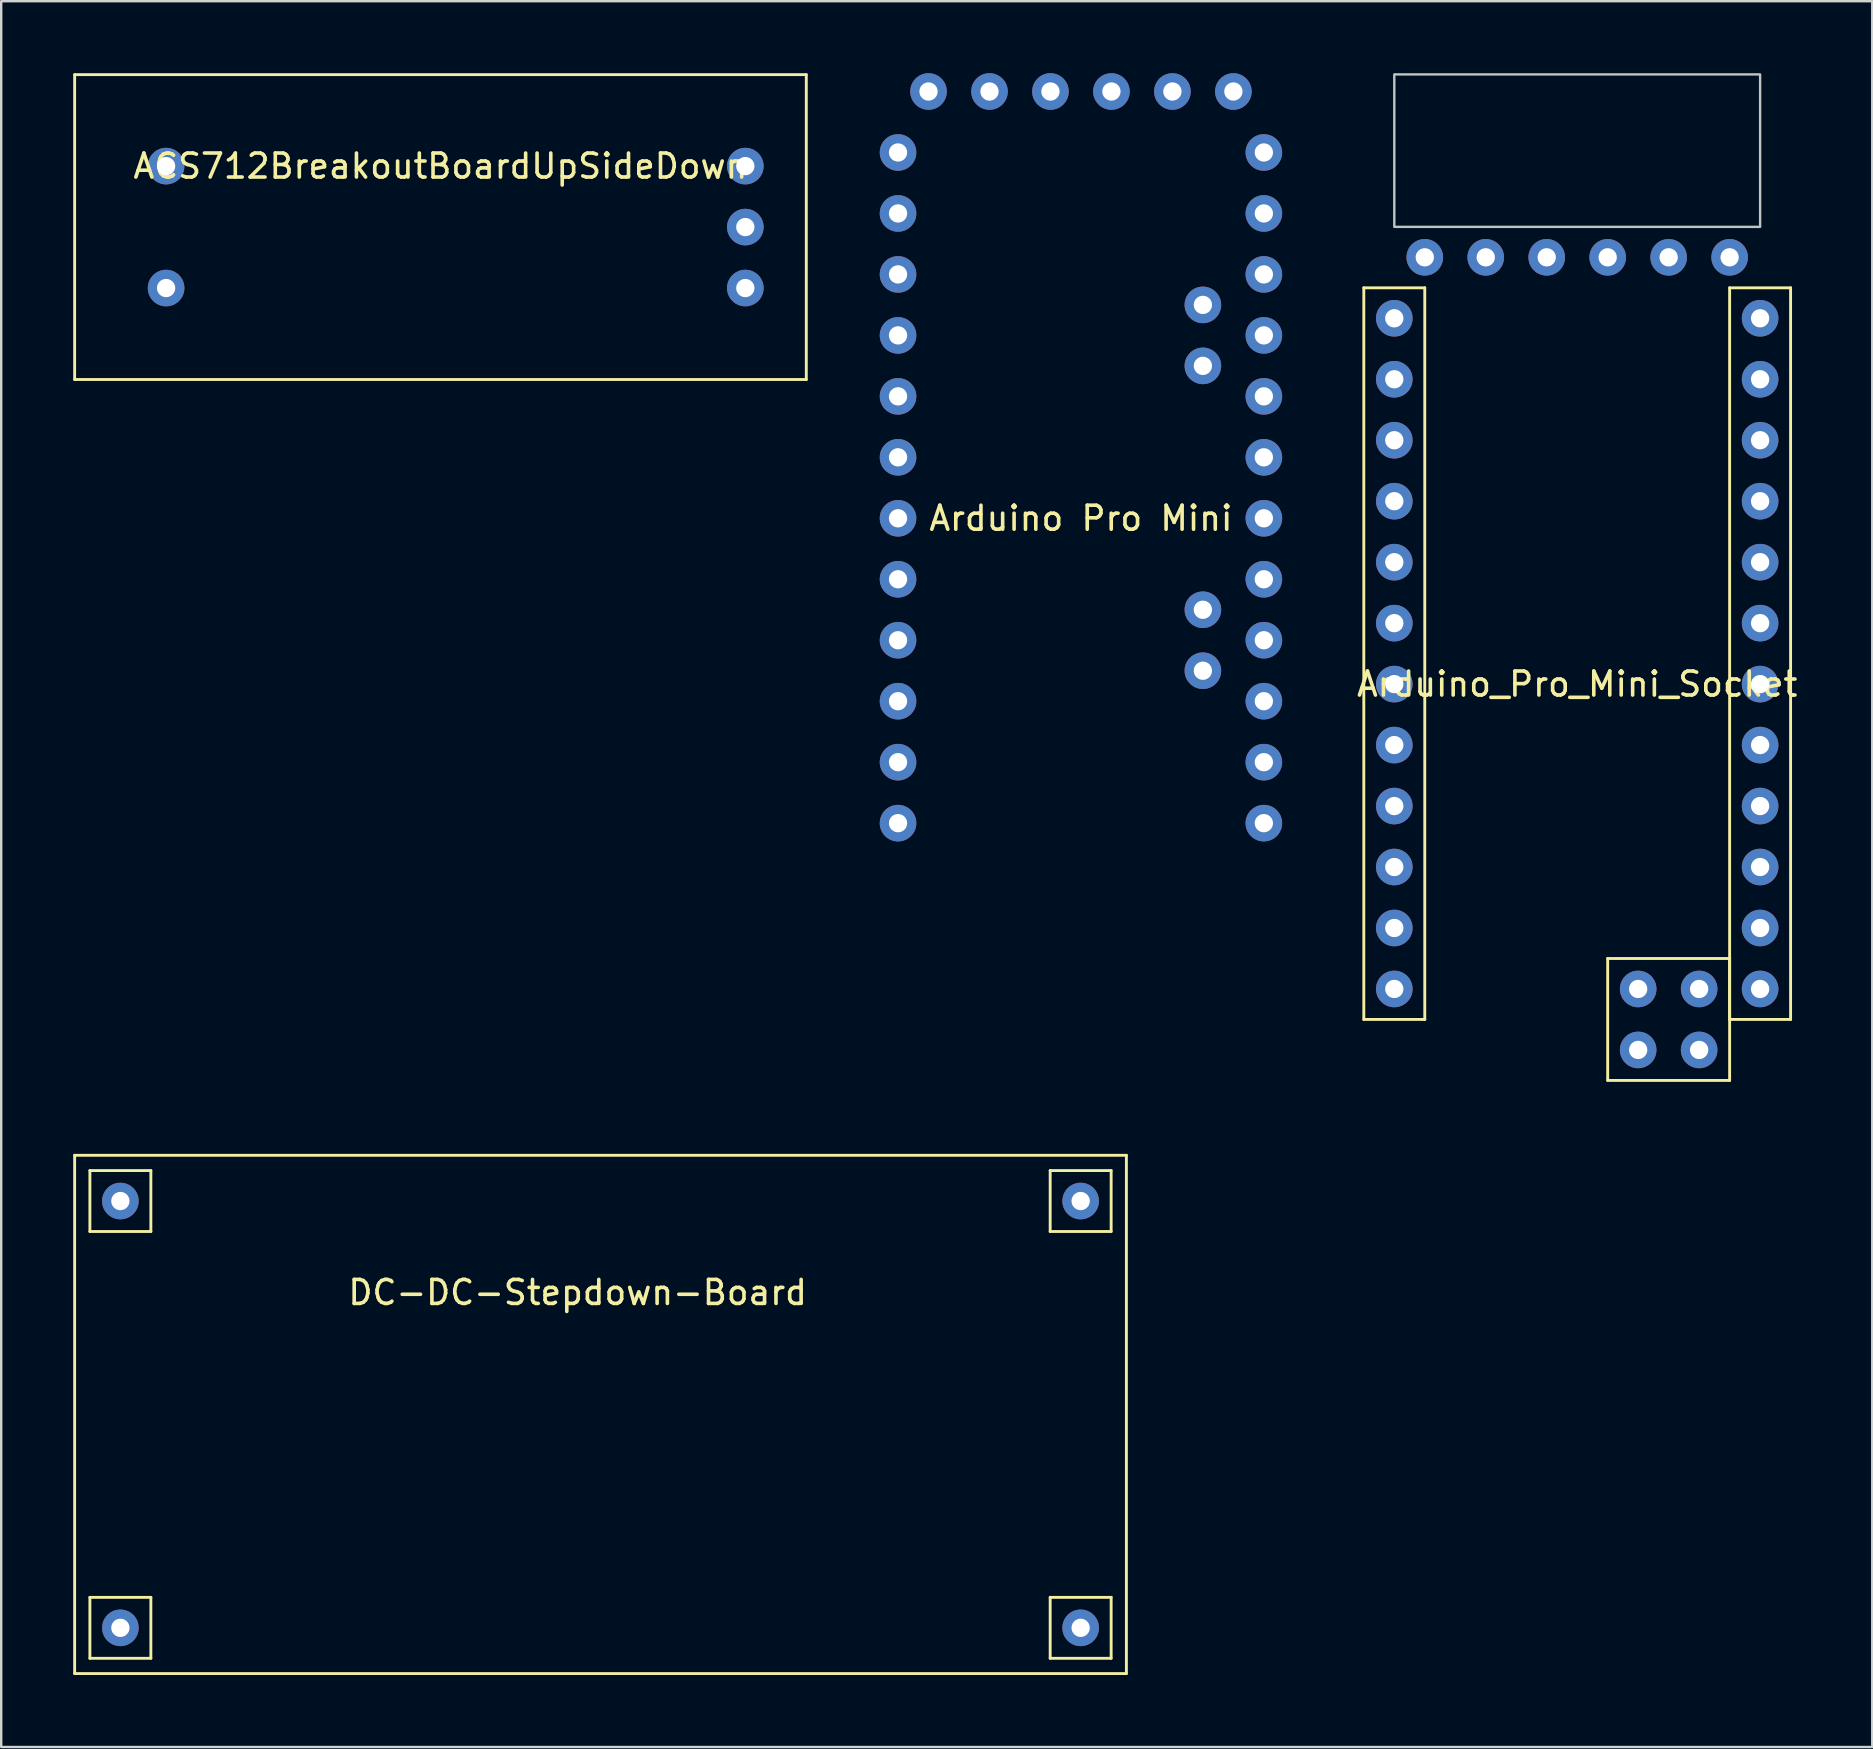
<source format=kicad_pcb>
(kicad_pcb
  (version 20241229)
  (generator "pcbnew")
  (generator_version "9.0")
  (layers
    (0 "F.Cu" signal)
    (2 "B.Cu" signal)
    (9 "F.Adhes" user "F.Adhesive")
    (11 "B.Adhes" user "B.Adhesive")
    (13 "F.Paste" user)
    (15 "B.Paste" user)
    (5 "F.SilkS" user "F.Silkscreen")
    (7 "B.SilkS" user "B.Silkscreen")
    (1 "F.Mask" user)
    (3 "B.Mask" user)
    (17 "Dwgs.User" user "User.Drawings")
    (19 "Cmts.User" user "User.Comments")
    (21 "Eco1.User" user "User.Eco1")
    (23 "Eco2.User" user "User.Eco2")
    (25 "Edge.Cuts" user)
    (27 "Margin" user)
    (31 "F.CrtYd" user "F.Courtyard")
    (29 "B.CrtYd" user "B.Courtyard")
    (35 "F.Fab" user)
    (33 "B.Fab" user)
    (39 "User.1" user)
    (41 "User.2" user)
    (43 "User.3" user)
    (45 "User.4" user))
  (footprint "DC-DC-Stepdown-Board"
    (layer "F.Cu")
    (at 21.015 55.875)
    (property "Reference" "DC-DC-Stepdown-Board" (at 0 -5.08 0) (layer "F.SilkS") (effects (font (size 1 1) (thickness 0.15))))
    (attr through_hole)
    (fp_line (start -20.955 -10.795) (end -20.955 10.795) (stroke (width 0.12) (type solid)) (layer "F.SilkS"))
    (fp_line (start -20.955 -10.795) (end 22.86 -10.795) (stroke (width 0.12) (type solid)) (layer "F.SilkS"))
    (fp_line (start -20.32 -10.16) (end -17.78 -10.16) (stroke (width 0.12) (type solid)) (layer "F.SilkS"))
    (fp_line (start -20.32 -7.62) (end -20.32 -10.16) (stroke (width 0.12) (type solid)) (layer "F.SilkS"))
    (fp_line (start -20.32 7.62) (end -17.78 7.62) (stroke (width 0.12) (type solid)) (layer "F.SilkS"))
    (fp_line (start -20.32 10.16) (end -20.32 7.62) (stroke (width 0.12) (type solid)) (layer "F.SilkS"))
    (fp_line (start -17.78 -10.16) (end -17.78 -7.62) (stroke (width 0.12) (type solid)) (layer "F.SilkS"))
    (fp_line (start -17.78 -7.62) (end -20.32 -7.62) (stroke (width 0.12) (type solid)) (layer "F.SilkS"))
    (fp_line (start -17.78 7.62) (end -17.78 10.16) (stroke (width 0.12) (type solid)) (layer "F.SilkS"))
    (fp_line (start -17.78 10.16) (end -20.32 10.16) (stroke (width 0.12) (type solid)) (layer "F.SilkS"))
    (fp_line (start 19.685 -10.16) (end 22.225 -10.16) (stroke (width 0.12) (type solid)) (layer "F.SilkS"))
    (fp_line (start 19.685 -7.62) (end 19.685 -10.16) (stroke (width 0.12) (type solid)) (layer "F.SilkS"))
    (fp_line (start 19.685 7.62) (end 22.225 7.62) (stroke (width 0.12) (type solid)) (layer "F.SilkS"))
    (fp_line (start 19.685 10.16) (end 19.685 7.62) (stroke (width 0.12) (type solid)) (layer "F.SilkS"))
    (fp_line (start 22.225 -10.16) (end 22.225 -7.62) (stroke (width 0.12) (type solid)) (layer "F.SilkS"))
    (fp_line (start 22.225 -7.62) (end 19.685 -7.62) (stroke (width 0.12) (type solid)) (layer "F.SilkS"))
    (fp_line (start 22.225 7.62) (end 22.225 10.16) (stroke (width 0.12) (type solid)) (layer "F.SilkS"))
    (fp_line (start 22.225 10.16) (end 19.685 10.16) (stroke (width 0.12) (type solid)) (layer "F.SilkS"))
    (fp_line (start 22.86 -10.795) (end 22.86 10.795) (stroke (width 0.12) (type solid)) (layer "F.SilkS"))
    (fp_line (start 22.86 10.795) (end -20.955 10.795) (stroke (width 0.12) (type solid)) (layer "F.SilkS"))
    (pad "1" thru_hole circle (at -19.05 -8.89) (size 1.524 1.524) (drill 0.762) (layers "*.Cu" "*.Mask"))
    (pad "2" thru_hole circle (at -19.05 8.89) (size 1.524 1.524) (drill 0.762) (layers "*.Cu" "*.Mask"))
    (pad "3" thru_hole circle (at 20.955 -8.89) (size 1.524 1.524) (drill 0.762) (layers "*.Cu" "*.Mask"))
    (pad "4" thru_hole circle (at 20.955 8.89) (size 1.524 1.524) (drill 0.762) (layers "*.Cu" "*.Mask")))
  (footprint "ACS712BreakoutBoardUpSideDown"
    (layer "F.Cu")
    (at 15.3 6.41)
    (property "Reference" "ACS712BreakoutBoardUpSideDown" (at 0 -2.54 180) (layer "F.SilkS") (effects (font (size 1 1) (thickness 0.15))))
    (attr through_hole)
    (fp_line (start -15.24 -6.35) (end -15.24 6.35) (stroke (width 0.12) (type solid)) (layer "F.SilkS"))
    (fp_line (start -15.24 6.35) (end 15.24 6.35) (stroke (width 0.12) (type solid)) (layer "F.SilkS"))
    (fp_line (start 15.24 -6.35) (end -15.24 -6.35) (stroke (width 0.12) (type solid)) (layer "F.SilkS"))
    (fp_line (start 15.24 6.35) (end 15.24 -6.35) (stroke (width 0.12) (type solid)) (layer "F.SilkS"))
    (pad "1" thru_hole circle (at 12.7 -2.54 180) (size 1.524 1.524) (drill 0.762) (layers "*.Cu" "*.Mask"))
    (pad "2" thru_hole circle (at 12.7 0 180) (size 1.524 1.524) (drill 0.762) (layers "*.Cu" "*.Mask"))
    (pad "3" thru_hole circle (at 12.7 2.54 180) (size 1.524 1.524) (drill 0.762) (layers "*.Cu" "*.Mask"))
    (pad "4" thru_hole circle (at -11.43 2.54 180) (size 1.524 1.524) (drill 0.762) (layers "*.Cu" "*.Mask"))
    (pad "5" thru_hole circle (at -11.43 -2.54 180) (size 1.524 1.524) (drill 0.762) (layers "*.Cu" "*.Mask")))
  (footprint "Arduino Pro Mini"
    (layer "F.Cu")
    (at 41.982 16.002)
    (property "Reference" "Arduino Pro Mini" (at 0 2.54 0) (layer "F.SilkS") (effects (font (size 1 1) (thickness 0.15))))
    (attr through_hole)
    (pad "1" thru_hole circle (at -7.62 -12.7) (size 1.524 1.524) (drill 0.762) (layers "*.Cu" "*.Mask"))
    (pad "2" thru_hole circle (at -7.62 -10.16) (size 1.524 1.524) (drill 0.762) (layers "*.Cu" "*.Mask"))
    (pad "3" thru_hole circle (at -7.62 -7.62) (size 1.524 1.524) (drill 0.762) (layers "*.Cu" "*.Mask"))
    (pad "4" thru_hole circle (at -7.62 -5.08) (size 1.524 1.524) (drill 0.762) (layers "*.Cu" "*.Mask"))
    (pad "5" thru_hole circle (at -7.62 -2.54) (size 1.524 1.524) (drill 0.762) (layers "*.Cu" "*.Mask"))
    (pad "6" thru_hole circle (at -7.62 0) (size 1.524 1.524) (drill 0.762) (layers "*.Cu" "*.Mask"))
    (pad "7" thru_hole circle (at -7.62 2.54) (size 1.524 1.524) (drill 0.762) (layers "*.Cu" "*.Mask"))
    (pad "8" thru_hole circle (at -7.62 5.08) (size 1.524 1.524) (drill 0.762) (layers "*.Cu" "*.Mask"))
    (pad "9" thru_hole circle (at -7.62 7.62) (size 1.524 1.524) (drill 0.762) (layers "*.Cu" "*.Mask"))
    (pad "10" thru_hole circle (at -7.62 10.16) (size 1.524 1.524) (drill 0.762) (layers "*.Cu" "*.Mask"))
    (pad "11" thru_hole circle (at -7.62 12.7) (size 1.524 1.524) (drill 0.762) (layers "*.Cu" "*.Mask"))
    (pad "12" thru_hole circle (at -7.62 15.24) (size 1.524 1.524) (drill 0.762) (layers "*.Cu" "*.Mask"))
    (pad "13" thru_hole circle (at 7.62 15.24) (size 1.524 1.524) (drill 0.762) (layers "*.Cu" "*.Mask"))
    (pad "14" thru_hole circle (at 7.62 12.7) (size 1.524 1.524) (drill 0.762) (layers "*.Cu" "*.Mask"))
    (pad "15" thru_hole circle (at 7.62 10.16) (size 1.524 1.524) (drill 0.762) (layers "*.Cu" "*.Mask"))
    (pad "16" thru_hole circle (at 5.08 8.89) (size 1.524 1.524) (drill 0.762) (layers "*.Cu" "*.Mask"))
    (pad "17" thru_hole circle (at 7.62 7.62) (size 1.524 1.524) (drill 0.762) (layers "*.Cu" "*.Mask"))
    (pad "18" thru_hole circle (at 5.08 6.35) (size 1.524 1.524) (drill 0.762) (layers "*.Cu" "*.Mask"))
    (pad "19" thru_hole circle (at 7.62 5.08) (size 1.524 1.524) (drill 0.762) (layers "*.Cu" "*.Mask"))
    (pad "20" thru_hole circle (at 7.62 2.54) (size 1.524 1.524) (drill 0.762) (layers "*.Cu" "*.Mask"))
    (pad "21" thru_hole circle (at 7.62 0) (size 1.524 1.524) (drill 0.762) (layers "*.Cu" "*.Mask"))
    (pad "22" thru_hole circle (at 7.62 -2.54) (size 1.524 1.524) (drill 0.762) (layers "*.Cu" "*.Mask"))
    (pad "23" thru_hole circle (at 5.08 -3.81) (size 1.524 1.524) (drill 0.762) (layers "*.Cu" "*.Mask"))
    (pad "24" thru_hole circle (at 7.62 -5.08) (size 1.524 1.524) (drill 0.762) (layers "*.Cu" "*.Mask"))
    (pad "25" thru_hole circle (at 5.08 -6.35) (size 1.524 1.524) (drill 0.762) (layers "*.Cu" "*.Mask"))
    (pad "26" thru_hole circle (at 7.62 -7.62) (size 1.524 1.524) (drill 0.762) (layers "*.Cu" "*.Mask"))
    (pad "27" thru_hole circle (at 7.62 -10.16) (size 1.524 1.524) (drill 0.762) (layers "*.Cu" "*.Mask"))
    (pad "28" thru_hole circle (at 7.62 -12.7) (size 1.524 1.524) (drill 0.762) (layers "*.Cu" "*.Mask"))
    (pad "29" thru_hole circle (at 6.35 -15.24) (size 1.524 1.524) (drill 0.762) (layers "*.Cu" "*.Mask"))
    (pad "30" thru_hole circle (at 3.81 -15.24) (size 1.524 1.524) (drill 0.762) (layers "*.Cu" "*.Mask"))
    (pad "31" thru_hole circle (at 1.27 -15.24) (size 1.524 1.524) (drill 0.762) (layers "*.Cu" "*.Mask"))
    (pad "32" thru_hole circle (at -1.27 -15.24) (size 1.524 1.524) (drill 0.762) (layers "*.Cu" "*.Mask"))
    (pad "33" thru_hole circle (at -3.81 -15.24) (size 1.524 1.524) (drill 0.762) (layers "*.Cu" "*.Mask"))
    (pad "34" thru_hole circle (at -6.35 -15.24) (size 1.524 1.524) (drill 0.762) (layers "*.Cu" "*.Mask")))
  (footprint "Arduino_Pro_Mini_Socket"
    (layer "F.Cu")
    (at 62.656 22.91)
    (property "Reference" "Arduino_Pro_Mini_Socket" (at 0 2.54 0) (layer "F.SilkS") (effects (font (size 1 1) (thickness 0.15))))
    (attr through_hole)
    (fp_line (start -8.89 -13.97) (end -6.35 -13.97) (stroke (width 0.12) (type solid)) (layer "F.SilkS"))
    (fp_line (start -8.89 16.51) (end -8.89 -13.97) (stroke (width 0.12) (type solid)) (layer "F.SilkS"))
    (fp_line (start -6.35 -13.97) (end -6.35 16.51) (stroke (width 0.12) (type solid)) (layer "F.SilkS"))
    (fp_line (start -6.35 16.51) (end -8.89 16.51) (stroke (width 0.12) (type solid)) (layer "F.SilkS"))
    (fp_line (start 1.27 13.97) (end 6.35 13.97) (stroke (width 0.12) (type solid)) (layer "F.SilkS"))
    (fp_line (start 1.27 19.05) (end 1.27 13.97) (stroke (width 0.12) (type solid)) (layer "F.SilkS"))
    (fp_line (start 6.35 -13.97) (end 8.89 -13.97) (stroke (width 0.12) (type solid)) (layer "F.SilkS"))
    (fp_line (start 6.35 13.97) (end 6.35 19.05) (stroke (width 0.12) (type solid)) (layer "F.SilkS"))
    (fp_line (start 6.35 16.51) (end 6.35 -13.97) (stroke (width 0.12) (type solid)) (layer "F.SilkS"))
    (fp_line (start 6.35 19.05) (end 1.27 19.05) (stroke (width 0.12) (type solid)) (layer "F.SilkS"))
    (fp_line (start 8.89 -13.97) (end 8.89 16.51) (stroke (width 0.12) (type solid)) (layer "F.SilkS"))
    (fp_line (start 8.89 16.51) (end 6.35 16.51) (stroke (width 0.12) (type solid)) (layer "F.SilkS"))
    (fp_poly (pts (xy -7.62 -16.51) (xy 7.62 -16.51) (xy 7.62 -22.86) (xy -7.62 -22.86)) (stroke (width 0.1) (type solid)) (fill no) (layer "Dwgs.User"))
    (pad "1" thru_hole circle (at -7.62 -12.7) (size 1.524 1.524) (drill 0.762) (layers "*.Cu" "*.Mask"))
    (pad "2" thru_hole circle (at -7.62 -10.16) (size 1.524 1.524) (drill 0.762) (layers "*.Cu" "*.Mask"))
    (pad "3" thru_hole circle (at -7.62 -7.62) (size 1.524 1.524) (drill 0.762) (layers "*.Cu" "*.Mask"))
    (pad "4" thru_hole circle (at -7.62 -5.08) (size 1.524 1.524) (drill 0.762) (layers "*.Cu" "*.Mask"))
    (pad "5" thru_hole circle (at -7.62 -2.54) (size 1.524 1.524) (drill 0.762) (layers "*.Cu" "*.Mask"))
    (pad "6" thru_hole circle (at -7.62 0) (size 1.524 1.524) (drill 0.762) (layers "*.Cu" "*.Mask"))
    (pad "7" thru_hole circle (at -7.62 2.54) (size 1.524 1.524) (drill 0.762) (layers "*.Cu" "*.Mask"))
    (pad "8" thru_hole circle (at -7.62 5.08) (size 1.524 1.524) (drill 0.762) (layers "*.Cu" "*.Mask"))
    (pad "9" thru_hole circle (at -7.62 7.62) (size 1.524 1.524) (drill 0.762) (layers "*.Cu" "*.Mask"))
    (pad "10" thru_hole circle (at -7.62 10.16) (size 1.524 1.524) (drill 0.762) (layers "*.Cu" "*.Mask"))
    (pad "11" thru_hole circle (at -7.62 12.7) (size 1.524 1.524) (drill 0.762) (layers "*.Cu" "*.Mask"))
    (pad "12" thru_hole circle (at -7.62 15.24) (size 1.524 1.524) (drill 0.762) (layers "*.Cu" "*.Mask"))
    (pad "13" thru_hole circle (at 7.62 15.24) (size 1.524 1.524) (drill 0.762) (layers "*.Cu" "*.Mask"))
    (pad "14" thru_hole circle (at 7.62 12.7) (size 1.524 1.524) (drill 0.762) (layers "*.Cu" "*.Mask"))
    (pad "15" thru_hole circle (at 7.62 10.16) (size 1.524 1.524) (drill 0.762) (layers "*.Cu" "*.Mask"))
    (pad "16" thru_hole circle (at 2.54 15.24 90) (size 1.524 1.524) (drill 0.762) (layers "*.Cu" "*.Mask"))
    (pad "17" thru_hole circle (at 7.62 7.62) (size 1.524 1.524) (drill 0.762) (layers "*.Cu" "*.Mask"))
    (pad "18" thru_hole circle (at 5.08 15.24 90) (size 1.524 1.524) (drill 0.762) (layers "*.Cu" "*.Mask"))
    (pad "19" thru_hole circle (at 7.62 5.08) (size 1.524 1.524) (drill 0.762) (layers "*.Cu" "*.Mask"))
    (pad "20" thru_hole circle (at 7.62 2.54) (size 1.524 1.524) (drill 0.762) (layers "*.Cu" "*.Mask"))
    (pad "21" thru_hole circle (at 7.62 0) (size 1.524 1.524) (drill 0.762) (layers "*.Cu" "*.Mask"))
    (pad "22" thru_hole circle (at 5.08 17.78 90) (size 1.524 1.524) (drill 0.762) (layers "*.Cu" "*.Mask"))
    (pad "23" thru_hole circle (at 7.62 -2.54) (size 1.524 1.524) (drill 0.762) (layers "*.Cu" "*.Mask"))
    (pad "24" thru_hole circle (at 2.54 17.78 90) (size 1.524 1.524) (drill 0.762) (layers "*.Cu" "*.Mask"))
    (pad "25" thru_hole circle (at 7.62 -5.08) (size 1.524 1.524) (drill 0.762) (layers "*.Cu" "*.Mask"))
    (pad "26" thru_hole circle (at 7.62 -7.62) (size 1.524 1.524) (drill 0.762) (layers "*.Cu" "*.Mask"))
    (pad "27" thru_hole circle (at 7.62 -10.16) (size 1.524 1.524) (drill 0.762) (layers "*.Cu" "*.Mask"))
    (pad "28" thru_hole circle (at 7.62 -12.7) (size 1.524 1.524) (drill 0.762) (layers "*.Cu" "*.Mask"))
    (pad "29" thru_hole circle (at 6.35 -15.24) (size 1.524 1.524) (drill 0.762) (layers "*.Cu" "*.Mask"))
    (pad "30" thru_hole circle (at 3.81 -15.24) (size 1.524 1.524) (drill 0.762) (layers "*.Cu" "*.Mask"))
    (pad "31" thru_hole circle (at 1.27 -15.24) (size 1.524 1.524) (drill 0.762) (layers "*.Cu" "*.Mask"))
    (pad "32" thru_hole circle (at -1.27 -15.24) (size 1.524 1.524) (drill 0.762) (layers "*.Cu" "*.Mask"))
    (pad "33" thru_hole circle (at -3.81 -15.24) (size 1.524 1.524) (drill 0.762) (layers "*.Cu" "*.Mask"))
    (pad "34" thru_hole circle (at -6.35 -15.24) (size 1.524 1.524) (drill 0.762) (layers "*.Cu" "*.Mask")))
  (gr_rect
    (start -3 -3)
    (end 74.947 69.73)
    (stroke (width 0.1) (type default))
    (fill no)
    (layer "Edge.Cuts")))
</source>
